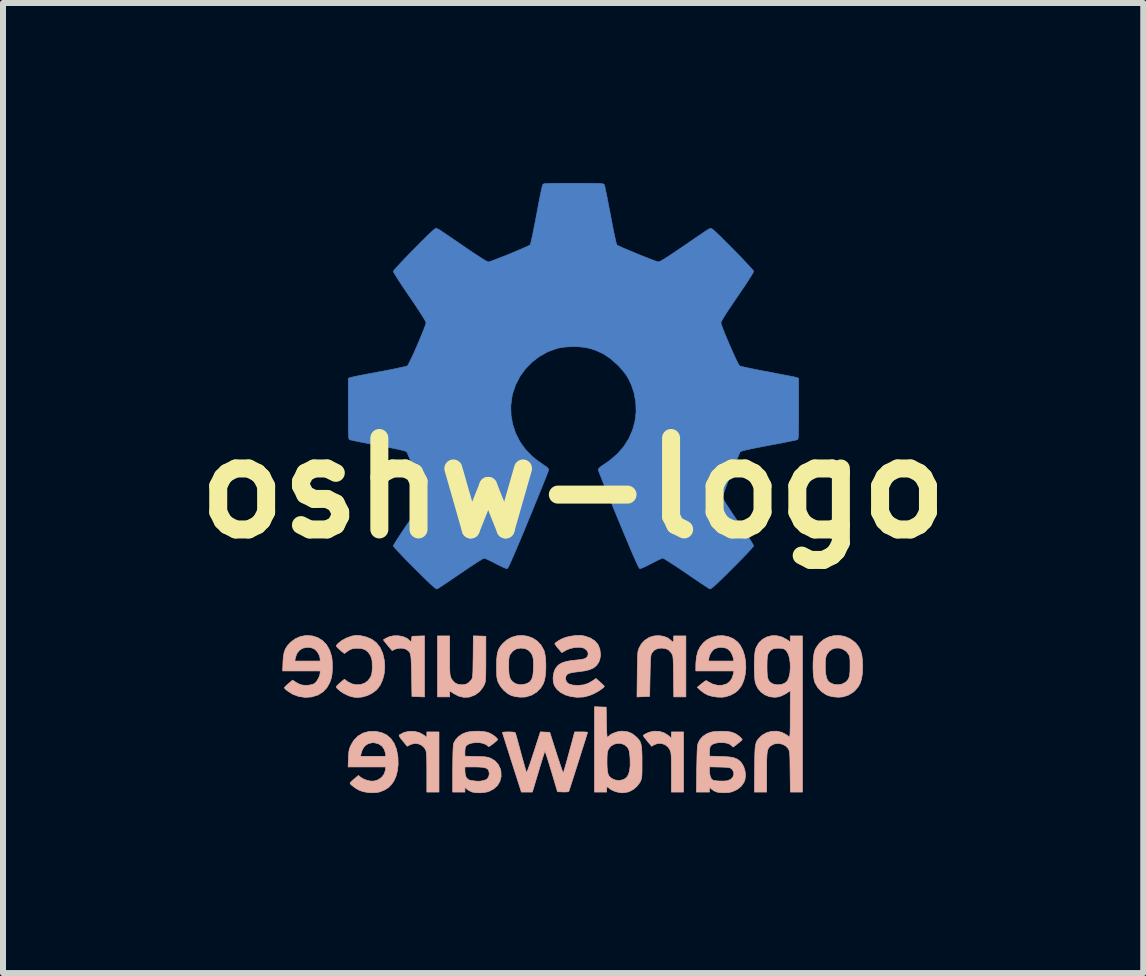
<source format=kicad_pcb>
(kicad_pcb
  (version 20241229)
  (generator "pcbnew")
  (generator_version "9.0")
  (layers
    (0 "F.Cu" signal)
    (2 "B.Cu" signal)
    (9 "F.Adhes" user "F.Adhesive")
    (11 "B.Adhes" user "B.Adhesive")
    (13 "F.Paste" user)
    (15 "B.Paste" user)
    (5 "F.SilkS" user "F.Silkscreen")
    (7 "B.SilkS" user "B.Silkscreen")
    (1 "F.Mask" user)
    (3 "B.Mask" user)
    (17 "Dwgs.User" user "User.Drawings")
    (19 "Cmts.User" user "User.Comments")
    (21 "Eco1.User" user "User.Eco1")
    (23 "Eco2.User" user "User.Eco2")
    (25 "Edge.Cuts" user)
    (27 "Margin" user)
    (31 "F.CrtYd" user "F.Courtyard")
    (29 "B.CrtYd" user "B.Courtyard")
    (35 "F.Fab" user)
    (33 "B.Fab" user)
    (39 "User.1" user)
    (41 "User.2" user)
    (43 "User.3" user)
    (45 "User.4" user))
  (footprint "oshw-logo"
    (layer "F.Cu")
    (at 6.502 5.085)
    (property "Reference" "oshw-logo" (at 0 0 0) (layer "F.SilkS") (effects (font (size 1.524 1.524) (thickness 0.3))))
    (attr through_hole)
    (fp_poly (pts (xy 0.132 -5.08) (xy 0.235 -5.08) (xy 0.318 -5.079) (xy 0.382 -5.078) (xy 0.43 -5.077) (xy 0.465 -5.075) (xy 0.489 -5.072) (xy 0.504 -5.069) (xy 0.513 -5.064) (xy 0.519 -5.058) (xy 0.52 -5.055) (xy 0.526 -5.038) (xy 0.535 -4.998) (xy 0.547 -4.939) (xy 0.563 -4.864) (xy 0.58 -4.775) (xy 0.599 -4.675) (xy 0.62 -4.568) (xy 0.623 -4.551) (xy 0.644 -4.443) (xy 0.663 -4.343) (xy 0.681 -4.253) (xy 0.698 -4.177) (xy 0.711 -4.116) (xy 0.722 -4.075) (xy 0.728 -4.055) (xy 0.729 -4.054) (xy 0.746 -4.044) (xy 0.782 -4.026) (xy 0.835 -4.002) (xy 0.901 -3.974) (xy 0.975 -3.943) (xy 1.053 -3.91) (xy 1.133 -3.878) (xy 1.21 -3.847) (xy 1.281 -3.819) (xy 1.342 -3.796) (xy 1.388 -3.779) (xy 1.417 -3.771) (xy 1.423 -3.769) (xy 1.441 -3.775) (xy 1.475 -3.793) (xy 1.526 -3.823) (xy 1.594 -3.867) (xy 1.68 -3.924) (xy 1.786 -3.995) (xy 1.847 -4.037) (xy 1.954 -4.11) (xy 2.041 -4.17) (xy 2.112 -4.218) (xy 2.167 -4.256) (xy 2.21 -4.284) (xy 2.241 -4.304) (xy 2.264 -4.317) (xy 2.28 -4.325) (xy 2.291 -4.328) (xy 2.299 -4.328) (xy 2.306 -4.326) (xy 2.309 -4.325) (xy 2.325 -4.314) (xy 2.356 -4.287) (xy 2.399 -4.247) (xy 2.453 -4.196) (xy 2.513 -4.136) (xy 2.579 -4.07) (xy 2.648 -4.001) (xy 2.717 -3.931) (xy 2.784 -3.862) (xy 2.846 -3.797) (xy 2.902 -3.737) (xy 2.949 -3.687) (xy 2.984 -3.647) (xy 3.005 -3.621) (xy 3.01 -3.612) (xy 3.003 -3.596) (xy 2.983 -3.561) (xy 2.952 -3.511) (xy 2.911 -3.447) (xy 2.862 -3.372) (xy 2.806 -3.289) (xy 2.745 -3.199) (xy 2.737 -3.187) (xy 2.655 -3.067) (xy 2.587 -2.966) (xy 2.534 -2.884) (xy 2.496 -2.822) (xy 2.472 -2.779) (xy 2.464 -2.757) (xy 2.464 -2.757) (xy 2.469 -2.734) (xy 2.483 -2.693) (xy 2.504 -2.636) (xy 2.531 -2.568) (xy 2.563 -2.492) (xy 2.597 -2.412) (xy 2.632 -2.331) (xy 2.667 -2.253) (xy 2.699 -2.182) (xy 2.728 -2.121) (xy 2.752 -2.074) (xy 2.769 -2.045) (xy 2.775 -2.037) (xy 2.794 -2.031) (xy 2.834 -2.021) (xy 2.893 -2.008) (xy 2.968 -1.992) (xy 3.056 -1.974) (xy 3.154 -1.955) (xy 3.252 -1.937) (xy 3.356 -1.917) (xy 3.454 -1.898) (xy 3.542 -1.881) (xy 3.616 -1.867) (xy 3.675 -1.855) (xy 3.714 -1.846) (xy 3.731 -1.841) (xy 3.759 -1.829) (xy 3.759 -1.322) (xy 3.759 -1.195) (xy 3.759 -1.091) (xy 3.758 -1.008) (xy 3.757 -0.943) (xy 3.756 -0.894) (xy 3.754 -0.858) (xy 3.751 -0.834) (xy 3.748 -0.819) (xy 3.743 -0.811) (xy 3.738 -0.806) (xy 3.737 -0.806) (xy 3.72 -0.802) (xy 3.68 -0.793) (xy 3.622 -0.781) (xy 3.548 -0.766) (xy 3.46 -0.749) (xy 3.362 -0.73) (xy 3.258 -0.711) (xy 3.131 -0.686) (xy 3.027 -0.666) (xy 2.945 -0.649) (xy 2.881 -0.635) (xy 2.836 -0.623) (xy 2.806 -0.614) (xy 2.789 -0.606) (xy 2.786 -0.603) (xy 2.777 -0.586) (xy 2.761 -0.549) (xy 2.737 -0.494) (xy 2.709 -0.425) (xy 2.676 -0.345) (xy 2.64 -0.257) (xy 2.628 -0.227) (xy 2.582 -0.109) (xy 2.545 -0.013) (xy 2.518 0.061) (xy 2.501 0.115) (xy 2.493 0.15) (xy 2.492 0.162) (xy 2.5 0.18) (xy 2.522 0.217) (xy 2.554 0.269) (xy 2.596 0.334) (xy 2.646 0.409) (xy 2.701 0.492) (xy 2.754 0.569) (xy 2.813 0.656) (xy 2.868 0.737) (xy 2.916 0.809) (xy 2.956 0.87) (xy 2.986 0.918) (xy 3.004 0.95) (xy 3.01 0.963) (xy 3.001 0.976) (xy 2.976 1.006) (xy 2.937 1.049) (xy 2.886 1.103) (xy 2.824 1.168) (xy 2.754 1.239) (xy 2.677 1.317) (xy 2.657 1.337) (xy 2.565 1.429) (xy 2.489 1.504) (xy 2.427 1.563) (xy 2.379 1.609) (xy 2.342 1.642) (xy 2.315 1.664) (xy 2.296 1.677) (xy 2.284 1.681) (xy 2.279 1.681) (xy 2.263 1.672) (xy 2.229 1.65) (xy 2.179 1.617) (xy 2.115 1.575) (xy 2.042 1.525) (xy 1.96 1.47) (xy 1.887 1.42) (xy 1.801 1.361) (xy 1.72 1.307) (xy 1.648 1.26) (xy 1.587 1.221) (xy 1.539 1.191) (xy 1.508 1.173) (xy 1.495 1.168) (xy 1.476 1.174) (xy 1.439 1.19) (xy 1.389 1.214) (xy 1.33 1.244) (xy 1.304 1.258) (xy 1.243 1.289) (xy 1.189 1.315) (xy 1.146 1.334) (xy 1.119 1.343) (xy 1.113 1.343) (xy 1.106 1.338) (xy 1.096 1.321) (xy 1.08 1.292) (xy 1.06 1.249) (xy 1.034 1.192) (xy 1.001 1.118) (xy 0.962 1.027) (xy 0.916 0.917) (xy 0.861 0.786) (xy 0.798 0.635) (xy 0.754 0.529) (xy 0.698 0.393) (xy 0.645 0.263) (xy 0.595 0.142) (xy 0.55 0.031) (xy 0.511 -0.068) (xy 0.477 -0.152) (xy 0.45 -0.22) (xy 0.431 -0.27) (xy 0.421 -0.299) (xy 0.419 -0.306) (xy 0.43 -0.329) (xy 0.46 -0.357) (xy 0.473 -0.366) (xy 0.509 -0.39) (xy 0.557 -0.423) (xy 0.607 -0.459) (xy 0.618 -0.467) (xy 0.742 -0.573) (xy 0.845 -0.693) (xy 0.929 -0.825) (xy 0.991 -0.967) (xy 1.032 -1.116) (xy 1.05 -1.27) (xy 1.045 -1.427) (xy 1.017 -1.584) (xy 0.972 -1.717) (xy 0.933 -1.804) (xy 0.886 -1.883) (xy 0.828 -1.959) (xy 0.753 -2.041) (xy 0.737 -2.057) (xy 0.624 -2.157) (xy 0.507 -2.236) (xy 0.379 -2.295) (xy 0.286 -2.326) (xy 0.195 -2.345) (xy 0.089 -2.356) (xy -0.023 -2.358) (xy -0.134 -2.351) (xy -0.233 -2.336) (xy -0.273 -2.326) (xy -0.423 -2.271) (xy -0.561 -2.194) (xy -0.685 -2.098) (xy -0.795 -1.986) (xy -0.886 -1.86) (xy -0.958 -1.721) (xy -1.008 -1.573) (xy -1.017 -1.531) (xy -1.038 -1.372) (xy -1.034 -1.213) (xy -1.006 -1.059) (xy -0.956 -0.91) (xy -0.885 -0.771) (xy -0.793 -0.643) (xy -0.681 -0.528) (xy -0.606 -0.467) (xy -0.556 -0.432) (xy -0.507 -0.397) (xy -0.468 -0.37) (xy -0.46 -0.366) (xy -0.425 -0.338) (xy -0.408 -0.313) (xy -0.406 -0.306) (xy -0.411 -0.291) (xy -0.425 -0.254) (xy -0.447 -0.197) (xy -0.476 -0.123) (xy -0.512 -0.033) (xy -0.554 0.07) (xy -0.601 0.185) (xy -0.652 0.31) (xy -0.706 0.443) (xy -0.742 0.529) (xy -0.81 0.695) (xy -0.87 0.838) (xy -0.922 0.961) (xy -0.965 1.063) (xy -1.002 1.148) (xy -1.032 1.215) (xy -1.055 1.267) (xy -1.074 1.304) (xy -1.087 1.329) (xy -1.097 1.341) (xy -1.101 1.343) (xy -1.12 1.339) (xy -1.156 1.324) (xy -1.206 1.301) (xy -1.264 1.272) (xy -1.291 1.258) (xy -1.352 1.226) (xy -1.406 1.2) (xy -1.449 1.18) (xy -1.477 1.17) (xy -1.483 1.168) (xy -1.499 1.175) (xy -1.533 1.195) (xy -1.583 1.226) (xy -1.646 1.267) (xy -1.72 1.315) (xy -1.801 1.37) (xy -1.875 1.42) (xy -1.961 1.479) (xy -2.042 1.534) (xy -2.114 1.583) (xy -2.175 1.623) (xy -2.223 1.654) (xy -2.254 1.674) (xy -2.266 1.681) (xy -2.275 1.68) (xy -2.29 1.673) (xy -2.312 1.656) (xy -2.343 1.63) (xy -2.384 1.592) (xy -2.438 1.541) (xy -2.504 1.476) (xy -2.587 1.394) (xy -2.644 1.337) (xy -2.722 1.259) (xy -2.794 1.186) (xy -2.858 1.119) (xy -2.912 1.062) (xy -2.955 1.016) (xy -2.983 0.983) (xy -2.997 0.965) (xy -2.997 0.963) (xy -2.99 0.948) (xy -2.97 0.914) (xy -2.939 0.865) (xy -2.898 0.802) (xy -2.85 0.729) (xy -2.795 0.647) (xy -2.741 0.569) (xy -2.681 0.481) (xy -2.626 0.399) (xy -2.577 0.325) (xy -2.537 0.262) (xy -2.506 0.211) (xy -2.486 0.177) (xy -2.479 0.162) (xy -2.482 0.14) (xy -2.493 0.099) (xy -2.513 0.039) (xy -2.544 -0.043) (xy -2.583 -0.146) (xy -2.616 -0.227) (xy -2.652 -0.317) (xy -2.686 -0.4) (xy -2.716 -0.473) (xy -2.741 -0.533) (xy -2.76 -0.576) (xy -2.771 -0.6) (xy -2.773 -0.603) (xy -2.784 -0.61) (xy -2.808 -0.619) (xy -2.846 -0.63) (xy -2.901 -0.642) (xy -2.975 -0.658) (xy -3.069 -0.677) (xy -3.186 -0.699) (xy -3.246 -0.711) (xy -3.351 -0.731) (xy -3.448 -0.749) (xy -3.536 -0.766) (xy -3.61 -0.781) (xy -3.668 -0.793) (xy -3.707 -0.802) (xy -3.724 -0.806) (xy -3.73 -0.81) (xy -3.734 -0.818) (xy -3.738 -0.832) (xy -3.741 -0.855) (xy -3.743 -0.889) (xy -3.745 -0.936) (xy -3.746 -0.999) (xy -3.746 -1.08) (xy -3.746 -1.181) (xy -3.747 -1.305) (xy -3.747 -1.829) (xy -3.718 -1.841) (xy -3.699 -1.846) (xy -3.658 -1.855) (xy -3.599 -1.868) (xy -3.523 -1.883) (xy -3.435 -1.9) (xy -3.336 -1.918) (xy -3.239 -1.937) (xy -3.134 -1.956) (xy -3.037 -1.975) (xy -2.95 -1.993) (xy -2.875 -2.009) (xy -2.818 -2.022) (xy -2.779 -2.031) (xy -2.763 -2.037) (xy -2.751 -2.053) (xy -2.732 -2.089) (xy -2.706 -2.141) (xy -2.675 -2.206) (xy -2.642 -2.28) (xy -2.607 -2.359) (xy -2.572 -2.441) (xy -2.539 -2.52) (xy -2.509 -2.593) (xy -2.483 -2.658) (xy -2.464 -2.709) (xy -2.453 -2.744) (xy -2.451 -2.757) (xy -2.459 -2.777) (xy -2.481 -2.818) (xy -2.519 -2.879) (xy -2.571 -2.96) (xy -2.637 -3.06) (xy -2.718 -3.179) (xy -2.724 -3.187) (xy -2.785 -3.278) (xy -2.842 -3.362) (xy -2.892 -3.438) (xy -2.934 -3.503) (xy -2.967 -3.556) (xy -2.988 -3.592) (xy -2.997 -3.611) (xy -2.997 -3.612) (xy -2.989 -3.626) (xy -2.964 -3.655) (xy -2.926 -3.697) (xy -2.877 -3.75) (xy -2.82 -3.811) (xy -2.756 -3.877) (xy -2.688 -3.947) (xy -2.619 -4.017) (xy -2.551 -4.086) (xy -2.486 -4.15) (xy -2.427 -4.208) (xy -2.376 -4.257) (xy -2.335 -4.294) (xy -2.307 -4.318) (xy -2.296 -4.325) (xy -2.289 -4.327) (xy -2.281 -4.328) (xy -2.271 -4.326) (xy -2.257 -4.32) (xy -2.236 -4.309) (xy -2.207 -4.291) (xy -2.168 -4.265) (xy -2.117 -4.231) (xy -2.051 -4.186) (xy -1.969 -4.13) (xy -1.868 -4.061) (xy -1.833 -4.037) (xy -1.718 -3.958) (xy -1.621 -3.893) (xy -1.544 -3.843) (xy -1.485 -3.806) (xy -1.443 -3.782) (xy -1.417 -3.771) (xy -1.41 -3.769) (xy -1.39 -3.775) (xy -1.35 -3.788) (xy -1.295 -3.809) (xy -1.228 -3.835) (xy -1.153 -3.864) (xy -1.074 -3.896) (xy -0.994 -3.929) (xy -0.918 -3.961) (xy -0.848 -3.991) (xy -0.79 -4.017) (xy -0.746 -4.037) (xy -0.72 -4.051) (xy -0.716 -4.054) (xy -0.71 -4.07) (xy -0.7 -4.108) (xy -0.687 -4.165) (xy -0.671 -4.239) (xy -0.654 -4.326) (xy -0.634 -4.425) (xy -0.614 -4.531) (xy -0.61 -4.55) (xy -0.59 -4.658) (xy -0.571 -4.759) (xy -0.553 -4.85) (xy -0.537 -4.928) (xy -0.524 -4.989) (xy -0.514 -5.032) (xy -0.508 -5.054) (xy -0.508 -5.055) (xy -0.504 -5.061) (xy -0.497 -5.067) (xy -0.485 -5.071) (xy -0.466 -5.074) (xy -0.436 -5.076) (xy -0.395 -5.078) (xy -0.339 -5.079) (xy -0.266 -5.08) (xy -0.174 -5.08) (xy -0.06 -5.08) (xy 0.006 -5.08) (xy 0.132 -5.08)) (stroke (width 0.01) (type solid)) (fill yes) (layer "B.Cu"))
    (fp_poly (pts (xy 0.132 -5.08) (xy 0.235 -5.08) (xy 0.318 -5.079) (xy 0.382 -5.078) (xy 0.43 -5.077) (xy 0.465 -5.075) (xy 0.489 -5.072) (xy 0.504 -5.069) (xy 0.513 -5.064) (xy 0.519 -5.058) (xy 0.52 -5.055) (xy 0.526 -5.038) (xy 0.535 -4.998) (xy 0.547 -4.939) (xy 0.563 -4.864) (xy 0.58 -4.775) (xy 0.599 -4.675) (xy 0.62 -4.568) (xy 0.623 -4.551) (xy 0.644 -4.443) (xy 0.663 -4.343) (xy 0.681 -4.253) (xy 0.698 -4.177) (xy 0.711 -4.116) (xy 0.722 -4.075) (xy 0.728 -4.055) (xy 0.729 -4.054) (xy 0.746 -4.044) (xy 0.782 -4.026) (xy 0.835 -4.002) (xy 0.901 -3.974) (xy 0.975 -3.943) (xy 1.053 -3.91) (xy 1.133 -3.878) (xy 1.21 -3.847) (xy 1.281 -3.819) (xy 1.342 -3.796) (xy 1.388 -3.779) (xy 1.417 -3.771) (xy 1.423 -3.769) (xy 1.441 -3.775) (xy 1.475 -3.793) (xy 1.526 -3.823) (xy 1.594 -3.867) (xy 1.68 -3.924) (xy 1.786 -3.995) (xy 1.847 -4.037) (xy 1.954 -4.11) (xy 2.041 -4.17) (xy 2.112 -4.218) (xy 2.167 -4.256) (xy 2.21 -4.284) (xy 2.241 -4.304) (xy 2.264 -4.317) (xy 2.28 -4.325) (xy 2.291 -4.328) (xy 2.299 -4.328) (xy 2.306 -4.326) (xy 2.309 -4.325) (xy 2.325 -4.314) (xy 2.356 -4.287) (xy 2.399 -4.247) (xy 2.453 -4.196) (xy 2.513 -4.136) (xy 2.579 -4.07) (xy 2.648 -4.001) (xy 2.717 -3.931) (xy 2.784 -3.862) (xy 2.846 -3.797) (xy 2.902 -3.737) (xy 2.949 -3.687) (xy 2.984 -3.647) (xy 3.005 -3.621) (xy 3.01 -3.612) (xy 3.003 -3.596) (xy 2.983 -3.561) (xy 2.952 -3.511) (xy 2.911 -3.447) (xy 2.862 -3.372) (xy 2.806 -3.289) (xy 2.745 -3.199) (xy 2.737 -3.187) (xy 2.655 -3.067) (xy 2.587 -2.966) (xy 2.534 -2.884) (xy 2.496 -2.822) (xy 2.472 -2.779) (xy 2.464 -2.757) (xy 2.464 -2.757) (xy 2.469 -2.734) (xy 2.483 -2.693) (xy 2.504 -2.636) (xy 2.531 -2.568) (xy 2.563 -2.492) (xy 2.597 -2.412) (xy 2.632 -2.331) (xy 2.667 -2.253) (xy 2.699 -2.182) (xy 2.728 -2.121) (xy 2.752 -2.074) (xy 2.769 -2.045) (xy 2.775 -2.037) (xy 2.794 -2.031) (xy 2.834 -2.021) (xy 2.893 -2.008) (xy 2.968 -1.992) (xy 3.056 -1.974) (xy 3.154 -1.955) (xy 3.252 -1.937) (xy 3.356 -1.917) (xy 3.454 -1.898) (xy 3.542 -1.881) (xy 3.616 -1.867) (xy 3.675 -1.855) (xy 3.714 -1.846) (xy 3.731 -1.841) (xy 3.759 -1.829) (xy 3.759 -1.322) (xy 3.759 -1.195) (xy 3.759 -1.091) (xy 3.758 -1.008) (xy 3.757 -0.943) (xy 3.756 -0.894) (xy 3.754 -0.858) (xy 3.751 -0.834) (xy 3.748 -0.819) (xy 3.743 -0.811) (xy 3.738 -0.806) (xy 3.737 -0.806) (xy 3.72 -0.802) (xy 3.68 -0.793) (xy 3.622 -0.781) (xy 3.548 -0.766) (xy 3.46 -0.749) (xy 3.362 -0.73) (xy 3.258 -0.711) (xy 3.131 -0.686) (xy 3.027 -0.666) (xy 2.945 -0.649) (xy 2.881 -0.635) (xy 2.836 -0.623) (xy 2.806 -0.614) (xy 2.789 -0.606) (xy 2.786 -0.603) (xy 2.777 -0.586) (xy 2.761 -0.549) (xy 2.737 -0.494) (xy 2.709 -0.425) (xy 2.676 -0.345) (xy 2.64 -0.257) (xy 2.628 -0.227) (xy 2.582 -0.109) (xy 2.545 -0.013) (xy 2.518 0.061) (xy 2.501 0.115) (xy 2.493 0.15) (xy 2.492 0.162) (xy 2.5 0.18) (xy 2.522 0.217) (xy 2.554 0.269) (xy 2.596 0.334) (xy 2.646 0.409) (xy 2.701 0.492) (xy 2.754 0.569) (xy 2.813 0.656) (xy 2.868 0.737) (xy 2.916 0.809) (xy 2.956 0.87) (xy 2.986 0.918) (xy 3.004 0.95) (xy 3.01 0.963) (xy 3.001 0.976) (xy 2.976 1.006) (xy 2.937 1.049) (xy 2.886 1.103) (xy 2.824 1.168) (xy 2.754 1.239) (xy 2.677 1.317) (xy 2.657 1.337) (xy 2.565 1.429) (xy 2.489 1.504) (xy 2.427 1.563) (xy 2.379 1.609) (xy 2.342 1.642) (xy 2.315 1.664) (xy 2.296 1.677) (xy 2.284 1.681) (xy 2.279 1.681) (xy 2.263 1.672) (xy 2.229 1.65) (xy 2.179 1.617) (xy 2.115 1.575) (xy 2.042 1.525) (xy 1.96 1.47) (xy 1.887 1.42) (xy 1.801 1.361) (xy 1.72 1.307) (xy 1.648 1.26) (xy 1.587 1.221) (xy 1.539 1.191) (xy 1.508 1.173) (xy 1.495 1.168) (xy 1.476 1.174) (xy 1.439 1.19) (xy 1.389 1.214) (xy 1.33 1.244) (xy 1.304 1.258) (xy 1.243 1.289) (xy 1.189 1.315) (xy 1.146 1.334) (xy 1.119 1.343) (xy 1.113 1.343) (xy 1.106 1.338) (xy 1.096 1.321) (xy 1.08 1.292) (xy 1.06 1.249) (xy 1.034 1.192) (xy 1.001 1.118) (xy 0.962 1.027) (xy 0.916 0.917) (xy 0.861 0.786) (xy 0.798 0.635) (xy 0.754 0.529) (xy 0.698 0.393) (xy 0.645 0.263) (xy 0.595 0.142) (xy 0.55 0.031) (xy 0.511 -0.068) (xy 0.477 -0.152) (xy 0.45 -0.22) (xy 0.431 -0.27) (xy 0.421 -0.299) (xy 0.419 -0.306) (xy 0.43 -0.329) (xy 0.46 -0.357) (xy 0.473 -0.366) (xy 0.509 -0.39) (xy 0.557 -0.423) (xy 0.607 -0.459) (xy 0.618 -0.467) (xy 0.742 -0.573) (xy 0.845 -0.693) (xy 0.929 -0.825) (xy 0.991 -0.967) (xy 1.032 -1.116) (xy 1.05 -1.27) (xy 1.045 -1.427) (xy 1.017 -1.584) (xy 0.972 -1.717) (xy 0.933 -1.804) (xy 0.886 -1.883) (xy 0.828 -1.959) (xy 0.753 -2.041) (xy 0.737 -2.057) (xy 0.624 -2.157) (xy 0.507 -2.236) (xy 0.379 -2.295) (xy 0.286 -2.326) (xy 0.195 -2.345) (xy 0.089 -2.356) (xy -0.023 -2.358) (xy -0.134 -2.351) (xy -0.233 -2.336) (xy -0.273 -2.326) (xy -0.423 -2.271) (xy -0.561 -2.194) (xy -0.685 -2.098) (xy -0.795 -1.986) (xy -0.886 -1.86) (xy -0.958 -1.721) (xy -1.008 -1.573) (xy -1.017 -1.531) (xy -1.038 -1.372) (xy -1.034 -1.213) (xy -1.006 -1.059) (xy -0.956 -0.91) (xy -0.885 -0.771) (xy -0.793 -0.643) (xy -0.681 -0.528) (xy -0.606 -0.467) (xy -0.556 -0.432) (xy -0.507 -0.397) (xy -0.468 -0.37) (xy -0.46 -0.366) (xy -0.425 -0.338) (xy -0.408 -0.313) (xy -0.406 -0.306) (xy -0.411 -0.291) (xy -0.425 -0.254) (xy -0.447 -0.197) (xy -0.476 -0.123) (xy -0.512 -0.033) (xy -0.554 0.07) (xy -0.601 0.185) (xy -0.652 0.31) (xy -0.706 0.443) (xy -0.742 0.529) (xy -0.81 0.695) (xy -0.87 0.838) (xy -0.922 0.961) (xy -0.965 1.063) (xy -1.002 1.148) (xy -1.032 1.215) (xy -1.055 1.267) (xy -1.074 1.304) (xy -1.087 1.329) (xy -1.097 1.341) (xy -1.101 1.343) (xy -1.12 1.339) (xy -1.156 1.324) (xy -1.206 1.301) (xy -1.264 1.272) (xy -1.291 1.258) (xy -1.352 1.226) (xy -1.406 1.2) (xy -1.449 1.18) (xy -1.477 1.17) (xy -1.483 1.168) (xy -1.499 1.175) (xy -1.533 1.195) (xy -1.583 1.226) (xy -1.646 1.267) (xy -1.72 1.315) (xy -1.801 1.37) (xy -1.875 1.42) (xy -1.961 1.479) (xy -2.042 1.534) (xy -2.114 1.583) (xy -2.175 1.623) (xy -2.223 1.654) (xy -2.254 1.674) (xy -2.266 1.681) (xy -2.275 1.68) (xy -2.29 1.673) (xy -2.312 1.656) (xy -2.343 1.63) (xy -2.384 1.592) (xy -2.438 1.541) (xy -2.504 1.476) (xy -2.587 1.394) (xy -2.644 1.337) (xy -2.722 1.259) (xy -2.794 1.186) (xy -2.858 1.119) (xy -2.912 1.062) (xy -2.955 1.016) (xy -2.983 0.983) (xy -2.997 0.965) (xy -2.997 0.963) (xy -2.99 0.948) (xy -2.97 0.914) (xy -2.939 0.865) (xy -2.898 0.802) (xy -2.85 0.729) (xy -2.795 0.647) (xy -2.741 0.569) (xy -2.681 0.481) (xy -2.626 0.399) (xy -2.577 0.325) (xy -2.537 0.262) (xy -2.506 0.211) (xy -2.486 0.177) (xy -2.479 0.162) (xy -2.482 0.14) (xy -2.493 0.099) (xy -2.513 0.039) (xy -2.544 -0.043) (xy -2.583 -0.146) (xy -2.616 -0.227) (xy -2.652 -0.317) (xy -2.686 -0.4) (xy -2.716 -0.473) (xy -2.741 -0.533) (xy -2.76 -0.576) (xy -2.771 -0.6) (xy -2.773 -0.603) (xy -2.784 -0.61) (xy -2.808 -0.619) (xy -2.846 -0.63) (xy -2.901 -0.642) (xy -2.975 -0.658) (xy -3.069 -0.677) (xy -3.186 -0.699) (xy -3.246 -0.711) (xy -3.351 -0.731) (xy -3.448 -0.749) (xy -3.536 -0.766) (xy -3.61 -0.781) (xy -3.668 -0.793) (xy -3.707 -0.802) (xy -3.724 -0.806) (xy -3.73 -0.81) (xy -3.734 -0.818) (xy -3.738 -0.832) (xy -3.741 -0.855) (xy -3.743 -0.889) (xy -3.745 -0.936) (xy -3.746 -0.999) (xy -3.746 -1.08) (xy -3.746 -1.181) (xy -3.747 -1.305) (xy -3.747 -1.829) (xy -3.718 -1.841) (xy -3.699 -1.846) (xy -3.658 -1.855) (xy -3.599 -1.868) (xy -3.523 -1.883) (xy -3.435 -1.9) (xy -3.336 -1.918) (xy -3.239 -1.937) (xy -3.134 -1.956) (xy -3.037 -1.975) (xy -2.95 -1.993) (xy -2.875 -2.009) (xy -2.818 -2.022) (xy -2.779 -2.031) (xy -2.763 -2.037) (xy -2.751 -2.053) (xy -2.732 -2.089) (xy -2.706 -2.141) (xy -2.675 -2.206) (xy -2.642 -2.28) (xy -2.607 -2.359) (xy -2.572 -2.441) (xy -2.539 -2.52) (xy -2.509 -2.593) (xy -2.483 -2.658) (xy -2.464 -2.709) (xy -2.453 -2.744) (xy -2.451 -2.757) (xy -2.459 -2.777) (xy -2.481 -2.818) (xy -2.519 -2.879) (xy -2.571 -2.96) (xy -2.637 -3.06) (xy -2.718 -3.179) (xy -2.724 -3.187) (xy -2.785 -3.278) (xy -2.842 -3.362) (xy -2.892 -3.438) (xy -2.934 -3.503) (xy -2.967 -3.556) (xy -2.988 -3.592) (xy -2.997 -3.611) (xy -2.997 -3.612) (xy -2.989 -3.626) (xy -2.964 -3.655) (xy -2.926 -3.697) (xy -2.877 -3.75) (xy -2.82 -3.811) (xy -2.756 -3.877) (xy -2.688 -3.947) (xy -2.619 -4.017) (xy -2.551 -4.086) (xy -2.486 -4.15) (xy -2.427 -4.208) (xy -2.376 -4.257) (xy -2.335 -4.294) (xy -2.307 -4.318) (xy -2.296 -4.325) (xy -2.289 -4.327) (xy -2.281 -4.328) (xy -2.271 -4.326) (xy -2.257 -4.32) (xy -2.236 -4.309) (xy -2.207 -4.291) (xy -2.168 -4.265) (xy -2.117 -4.231) (xy -2.051 -4.186) (xy -1.969 -4.13) (xy -1.868 -4.061) (xy -1.833 -4.037) (xy -1.718 -3.958) (xy -1.621 -3.893) (xy -1.544 -3.843) (xy -1.485 -3.806) (xy -1.443 -3.782) (xy -1.417 -3.771) (xy -1.41 -3.769) (xy -1.39 -3.775) (xy -1.35 -3.788) (xy -1.295 -3.809) (xy -1.228 -3.835) (xy -1.153 -3.864) (xy -1.074 -3.896) (xy -0.994 -3.929) (xy -0.918 -3.961) (xy -0.848 -3.991) (xy -0.79 -4.017) (xy -0.746 -4.037) (xy -0.72 -4.051) (xy -0.716 -4.054) (xy -0.71 -4.07) (xy -0.7 -4.108) (xy -0.687 -4.165) (xy -0.671 -4.239) (xy -0.654 -4.326) (xy -0.634 -4.425) (xy -0.614 -4.531) (xy -0.61 -4.55) (xy -0.59 -4.658) (xy -0.571 -4.759) (xy -0.553 -4.85) (xy -0.537 -4.928) (xy -0.524 -4.989) (xy -0.514 -5.032) (xy -0.508 -5.054) (xy -0.508 -5.055) (xy -0.504 -5.061) (xy -0.497 -5.067) (xy -0.485 -5.071) (xy -0.466 -5.074) (xy -0.436 -5.076) (xy -0.395 -5.078) (xy -0.339 -5.079) (xy -0.266 -5.08) (xy -0.174 -5.08) (xy -0.06 -5.08) (xy 0.006 -5.08) (xy 0.132 -5.08)) (stroke (width 0.01) (type solid)) (fill yes) (layer "B.Mask"))
    (fp_poly (pts (xy -2.821 4.074) (xy -2.894 4.113) (xy -2.9 4.122) (xy -2.894 4.14) (xy -2.875 4.169) (xy -2.84 4.212) (xy -2.839 4.214) (xy -2.765 4.303) (xy -2.716 4.277) (xy -2.652 4.257) (xy -2.588 4.26) (xy -2.529 4.283) (xy -2.481 4.326) (xy -2.461 4.357) (xy -2.454 4.373) (xy -2.449 4.393) (xy -2.445 4.42) (xy -2.442 4.458) (xy -2.44 4.51) (xy -2.439 4.579) (xy -2.438 4.667) (xy -2.438 4.734) (xy -2.438 5.067) (xy -2.235 5.067) (xy -2.235 4.064) (xy -2.438 4.064) (xy -2.438 4.154) (xy -2.483 4.12) (xy -2.56 4.077) (xy -2.646 4.054) (xy -2.735 4.054) (xy -2.821 4.074)) (stroke (width 0.01) (type solid)) (fill yes) (layer "B.SilkS"))
    (fp_poly (pts (xy 1.262 4.071) (xy 1.235 4.083) (xy 1.199 4.101) (xy 1.175 4.117) (xy 1.168 4.124) (xy 1.176 4.138) (xy 1.196 4.166) (xy 1.226 4.203) (xy 1.239 4.219) (xy 1.309 4.304) (xy 1.35 4.279) (xy 1.41 4.257) (xy 1.472 4.256) (xy 1.531 4.276) (xy 1.581 4.315) (xy 1.61 4.356) (xy 1.618 4.374) (xy 1.625 4.392) (xy 1.63 4.414) (xy 1.634 4.443) (xy 1.636 4.482) (xy 1.637 4.535) (xy 1.638 4.606) (xy 1.638 4.696) (xy 1.638 4.74) (xy 1.638 5.067) (xy 1.841 5.067) (xy 1.841 4.064) (xy 1.638 4.064) (xy 1.638 4.168) (xy 1.588 4.124) (xy 1.516 4.079) (xy 1.435 4.055) (xy 1.348 4.052) (xy 1.262 4.071)) (stroke (width 0.01) (type solid)) (fill yes) (layer "B.SilkS"))
    (fp_poly (pts (xy -2.989 2.461) (xy -3.065 2.478) (xy -3.121 2.504) (xy -3.162 2.529) (xy -3.138 2.563) (xy -3.115 2.592) (xy -3.084 2.63) (xy -3.064 2.653) (xy -3.015 2.709) (xy -2.975 2.688) (xy -2.924 2.672) (xy -2.866 2.668) (xy -2.811 2.676) (xy -2.777 2.691) (xy -2.755 2.706) (xy -2.738 2.721) (xy -2.724 2.738) (xy -2.714 2.761) (xy -2.707 2.793) (xy -2.701 2.837) (xy -2.698 2.896) (xy -2.695 2.973) (xy -2.693 3.07) (xy -2.692 3.124) (xy -2.686 3.473) (xy -2.581 3.477) (xy -2.477 3.481) (xy -2.477 2.463) (xy -2.686 2.47) (xy -2.692 2.52) (xy -2.697 2.55) (xy -2.704 2.559) (xy -2.714 2.551) (xy -2.716 2.549) (xy -2.767 2.505) (xy -2.834 2.476) (xy -2.91 2.461) (xy -2.989 2.461)) (stroke (width 0.01) (type solid)) (fill yes) (layer "B.SilkS"))
    (fp_poly (pts (xy -1.666 2.812) (xy -1.668 2.915) (xy -1.669 2.997) (xy -1.67 3.059) (xy -1.673 3.105) (xy -1.676 3.138) (xy -1.68 3.161) (xy -1.685 3.177) (xy -1.692 3.189) (xy -1.696 3.196) (xy -1.739 3.243) (xy -1.785 3.269) (xy -1.842 3.278) (xy -1.852 3.279) (xy -1.922 3.27) (xy -1.977 3.242) (xy -2.019 3.192) (xy -2.029 3.175) (xy -2.038 3.157) (xy -2.044 3.139) (xy -2.049 3.117) (xy -2.053 3.088) (xy -2.055 3.049) (xy -2.057 2.996) (xy -2.057 2.926) (xy -2.057 2.835) (xy -2.057 2.791) (xy -2.057 2.464) (xy -2.261 2.464) (xy -2.261 3.48) (xy -2.057 3.48) (xy -2.057 3.38) (xy -1.994 3.422) (xy -1.911 3.466) (xy -1.825 3.487) (xy -1.74 3.485) (xy -1.721 3.481) (xy -1.633 3.447) (xy -1.559 3.392) (xy -1.502 3.319) (xy -1.483 3.283) (xy -1.475 3.264) (xy -1.468 3.245) (xy -1.463 3.224) (xy -1.46 3.196) (xy -1.457 3.16) (xy -1.456 3.111) (xy -1.455 3.046) (xy -1.454 2.963) (xy -1.454 2.858) (xy -1.454 2.845) (xy -1.454 2.47) (xy -1.558 2.466) (xy -1.663 2.463) (xy -1.666 2.812)) (stroke (width 0.01) (type solid)) (fill yes) (layer "B.SilkS"))
    (fp_poly (pts (xy 1.352 2.464) (xy 1.28 2.485) (xy 1.264 2.492) (xy 1.193 2.538) (xy 1.14 2.594) (xy 1.102 2.661) (xy 1.094 2.68) (xy 1.087 2.699) (xy 1.082 2.721) (xy 1.078 2.75) (xy 1.075 2.788) (xy 1.073 2.838) (xy 1.072 2.905) (xy 1.07 2.99) (xy 1.069 3.097) (xy 1.069 3.103) (xy 1.065 3.481) (xy 1.171 3.477) (xy 1.276 3.473) (xy 1.283 3.131) (xy 1.285 3.027) (xy 1.287 2.945) (xy 1.289 2.883) (xy 1.292 2.836) (xy 1.296 2.803) (xy 1.3 2.779) (xy 1.306 2.761) (xy 1.313 2.748) (xy 1.353 2.702) (xy 1.407 2.675) (xy 1.473 2.667) (xy 1.541 2.675) (xy 1.593 2.699) (xy 1.635 2.744) (xy 1.64 2.752) (xy 1.649 2.768) (xy 1.656 2.783) (xy 1.662 2.802) (xy 1.665 2.828) (xy 1.668 2.864) (xy 1.67 2.914) (xy 1.672 2.98) (xy 1.673 3.066) (xy 1.674 3.14) (xy 1.678 3.48) (xy 1.88 3.48) (xy 1.88 2.464) (xy 1.676 2.464) (xy 1.676 2.515) (xy 1.674 2.551) (xy 1.664 2.563) (xy 1.645 2.553) (xy 1.626 2.534) (xy 1.573 2.495) (xy 1.506 2.47) (xy 1.43 2.459) (xy 1.352 2.464)) (stroke (width 0.01) (type solid)) (fill yes) (layer "B.SilkS"))
    (fp_poly (pts (xy 2.402 2.463) (xy 2.312 2.487) (xy 2.229 2.53) (xy 2.174 2.576) (xy 2.12 2.642) (xy 2.081 2.719) (xy 2.057 2.81) (xy 2.046 2.919) (xy 2.045 2.969) (xy 2.045 3.048) (xy 2.681 3.048) (xy 2.672 3.096) (xy 2.649 3.168) (xy 2.61 3.226) (xy 2.559 3.264) (xy 2.485 3.286) (xy 2.405 3.287) (xy 2.324 3.266) (xy 2.247 3.225) (xy 2.241 3.22) (xy 2.226 3.211) (xy 2.211 3.211) (xy 2.191 3.223) (xy 2.159 3.247) (xy 2.142 3.261) (xy 2.069 3.321) (xy 2.127 3.374) (xy 2.172 3.409) (xy 2.223 3.439) (xy 2.252 3.452) (xy 2.323 3.472) (xy 2.403 3.484) (xy 2.482 3.486) (xy 2.538 3.479) (xy 2.626 3.451) (xy 2.705 3.407) (xy 2.752 3.367) (xy 2.805 3.297) (xy 2.844 3.21) (xy 2.868 3.111) (xy 2.879 3.007) (xy 2.876 2.9) (xy 2.873 2.883) (xy 2.679 2.883) (xy 2.261 2.883) (xy 2.261 2.847) (xy 2.271 2.798) (xy 2.296 2.746) (xy 2.332 2.701) (xy 2.362 2.678) (xy 2.421 2.658) (xy 2.486 2.655) (xy 2.547 2.667) (xy 2.579 2.683) (xy 2.625 2.727) (xy 2.658 2.79) (xy 2.672 2.842) (xy 2.679 2.883) (xy 2.873 2.883) (xy 2.859 2.796) (xy 2.828 2.7) (xy 2.784 2.617) (xy 2.742 2.566) (xy 2.669 2.51) (xy 2.585 2.475) (xy 2.495 2.459) (xy 2.402 2.463)) (stroke (width 0.01) (type solid)) (fill yes) (layer "B.SilkS"))
    (fp_poly (pts (xy -3.41 4.058) (xy -3.504 4.085) (xy -3.585 4.133) (xy -3.653 4.202) (xy -3.697 4.274) (xy -3.716 4.314) (xy -3.728 4.348) (xy -3.736 4.385) (xy -3.741 4.431) (xy -3.744 4.493) (xy -3.744 4.504) (xy -3.75 4.648) (xy -3.121 4.648) (xy -3.128 4.701) (xy -3.149 4.766) (xy -3.19 4.82) (xy -3.247 4.861) (xy -3.315 4.883) (xy -3.371 4.884) (xy -3.435 4.871) (xy -3.497 4.847) (xy -3.541 4.82) (xy -3.578 4.789) (xy -3.646 4.847) (xy -3.681 4.877) (xy -3.706 4.901) (xy -3.718 4.914) (xy -3.718 4.915) (xy -3.712 4.93) (xy -3.689 4.954) (xy -3.653 4.981) (xy -3.612 5.01) (xy -3.569 5.034) (xy -3.557 5.04) (xy -3.493 5.061) (xy -3.417 5.074) (xy -3.338 5.078) (xy -3.264 5.073) (xy -3.219 5.063) (xy -3.138 5.03) (xy -3.074 4.988) (xy -3.022 4.933) (xy -2.991 4.889) (xy -2.954 4.81) (xy -2.928 4.714) (xy -2.916 4.607) (xy -2.919 4.494) (xy -2.921 4.472) (xy -2.921 4.47) (xy -3.121 4.47) (xy -3.543 4.47) (xy -3.535 4.429) (xy -3.51 4.354) (xy -3.47 4.297) (xy -3.416 4.26) (xy -3.35 4.244) (xy -3.312 4.245) (xy -3.242 4.263) (xy -3.186 4.301) (xy -3.147 4.355) (xy -3.128 4.418) (xy -3.121 4.47) (xy -2.921 4.47) (xy -2.943 4.355) (xy -2.982 4.256) (xy -3.037 4.176) (xy -3.108 4.115) (xy -3.192 4.075) (xy -3.291 4.055) (xy -3.304 4.054) (xy -3.41 4.058)) (stroke (width 0.01) (type solid)) (fill yes) (layer "B.SilkS"))
    (fp_poly (pts (xy -4.543 2.473) (xy -4.634 2.514) (xy -4.71 2.571) (xy -4.758 2.623) (xy -4.793 2.676) (xy -4.816 2.738) (xy -4.83 2.813) (xy -4.836 2.905) (xy -4.841 3.048) (xy -4.216 3.048) (xy -4.216 3.083) (xy -4.225 3.127) (xy -4.247 3.177) (xy -4.277 3.224) (xy -4.308 3.256) (xy -4.348 3.274) (xy -4.403 3.285) (xy -4.463 3.288) (xy -4.518 3.282) (xy -4.538 3.277) (xy -4.579 3.26) (xy -4.622 3.236) (xy -4.629 3.231) (xy -4.675 3.2) (xy -4.744 3.259) (xy -4.778 3.289) (xy -4.803 3.314) (xy -4.813 3.328) (xy -4.813 3.328) (xy -4.804 3.342) (xy -4.782 3.364) (xy -4.768 3.375) (xy -4.676 3.435) (xy -4.574 3.473) (xy -4.465 3.489) (xy -4.356 3.481) (xy -4.35 3.479) (xy -4.251 3.448) (xy -4.169 3.396) (xy -4.102 3.325) (xy -4.053 3.236) (xy -4.027 3.157) (xy -4.018 3.103) (xy -4.013 3.033) (xy -4.012 2.957) (xy -4.015 2.884) (xy -4.019 2.847) (xy -4.216 2.847) (xy -4.216 2.883) (xy -4.638 2.883) (xy -4.63 2.835) (xy -4.606 2.762) (xy -4.565 2.707) (xy -4.509 2.67) (xy -4.441 2.655) (xy -4.427 2.654) (xy -4.369 2.66) (xy -4.32 2.677) (xy -4.318 2.678) (xy -4.279 2.71) (xy -4.245 2.757) (xy -4.223 2.809) (xy -4.216 2.847) (xy -4.019 2.847) (xy -4.021 2.823) (xy -4.024 2.807) (xy -4.059 2.699) (xy -4.11 2.61) (xy -4.177 2.541) (xy -4.259 2.491) (xy -4.346 2.464) (xy -4.446 2.456) (xy -4.543 2.473)) (stroke (width 0.01) (type solid)) (fill yes) (layer "B.SilkS"))
    (fp_poly (pts (xy -3.627 2.456) (xy -3.675 2.464) (xy -3.696 2.469) (xy -3.778 2.499) (xy -3.856 2.541) (xy -3.918 2.591) (xy -3.924 2.597) (xy -3.943 2.619) (xy -3.946 2.634) (xy -3.933 2.651) (xy -3.93 2.656) (xy -3.904 2.68) (xy -3.87 2.71) (xy -3.859 2.72) (xy -3.812 2.757) (xy -3.753 2.715) (xy -3.715 2.691) (xy -3.678 2.678) (xy -3.632 2.671) (xy -3.609 2.67) (xy -3.528 2.673) (xy -3.464 2.695) (xy -3.413 2.737) (xy -3.379 2.788) (xy -3.364 2.823) (xy -3.354 2.857) (xy -3.349 2.898) (xy -3.348 2.954) (xy -3.347 2.972) (xy -3.348 3.034) (xy -3.353 3.079) (xy -3.361 3.115) (xy -3.375 3.149) (xy -3.377 3.153) (xy -3.418 3.21) (xy -3.474 3.251) (xy -3.541 3.274) (xy -3.613 3.278) (xy -3.686 3.263) (xy -3.755 3.228) (xy -3.765 3.221) (xy -3.811 3.186) (xy -3.858 3.224) (xy -3.892 3.253) (xy -3.922 3.28) (xy -3.929 3.288) (xy -3.946 3.308) (xy -3.945 3.323) (xy -3.929 3.342) (xy -3.879 3.386) (xy -3.813 3.428) (xy -3.742 3.461) (xy -3.718 3.469) (xy -3.661 3.484) (xy -3.609 3.49) (xy -3.553 3.487) (xy -3.504 3.48) (xy -3.427 3.457) (xy -3.35 3.418) (xy -3.282 3.369) (xy -3.269 3.356) (xy -3.215 3.284) (xy -3.174 3.194) (xy -3.148 3.091) (xy -3.139 2.98) (xy -3.147 2.869) (xy -3.173 2.754) (xy -3.216 2.658) (xy -3.277 2.58) (xy -3.354 2.521) (xy -3.45 2.481) (xy -3.527 2.463) (xy -3.582 2.455) (xy -3.627 2.456)) (stroke (width 0.01) (type solid)) (fill yes) (layer "B.SilkS"))
    (fp_poly (pts (xy 4.343 2.46) (xy 4.256 2.483) (xy 4.175 2.525) (xy 4.105 2.585) (xy 4.05 2.661) (xy 4.031 2.701) (xy 4.016 2.752) (xy 4.006 2.822) (xy 4 2.904) (xy 3.999 2.991) (xy 4.002 3.077) (xy 4.01 3.155) (xy 4.022 3.217) (xy 4.031 3.244) (xy 4.077 3.324) (xy 4.14 3.392) (xy 4.215 3.443) (xy 4.267 3.464) (xy 4.343 3.48) (xy 4.425 3.486) (xy 4.497 3.48) (xy 4.588 3.451) (xy 4.672 3.399) (xy 4.703 3.37) (xy 4.75 3.315) (xy 4.785 3.253) (xy 4.808 3.179) (xy 4.822 3.089) (xy 4.826 2.98) (xy 4.826 2.972) (xy 4.616 2.972) (xy 4.615 3.054) (xy 4.609 3.115) (xy 4.598 3.161) (xy 4.579 3.197) (xy 4.552 3.226) (xy 4.532 3.242) (xy 4.476 3.269) (xy 4.41 3.278) (xy 4.343 3.27) (xy 4.282 3.243) (xy 4.282 3.243) (xy 4.25 3.213) (xy 4.227 3.17) (xy 4.213 3.11) (xy 4.205 3.031) (xy 4.204 2.971) (xy 4.204 2.905) (xy 4.207 2.857) (xy 4.212 2.822) (xy 4.221 2.794) (xy 4.232 2.769) (xy 4.272 2.716) (xy 4.324 2.682) (xy 4.384 2.666) (xy 4.446 2.668) (xy 4.506 2.689) (xy 4.559 2.728) (xy 4.59 2.769) (xy 4.602 2.791) (xy 4.609 2.816) (xy 4.614 2.85) (xy 4.616 2.897) (xy 4.616 2.964) (xy 4.616 2.972) (xy 4.826 2.972) (xy 4.822 2.863) (xy 4.811 2.775) (xy 4.79 2.702) (xy 4.757 2.641) (xy 4.713 2.586) (xy 4.693 2.567) (xy 4.613 2.509) (xy 4.526 2.472) (xy 4.435 2.456) (xy 4.343 2.46)) (stroke (width 0.01) (type solid)) (fill yes) (layer "B.SilkS"))
    (fp_poly (pts (xy -0.938 2.462) (xy -1.026 2.487) (xy -1.108 2.533) (xy -1.173 2.592) (xy -1.21 2.636) (xy -1.237 2.68) (xy -1.255 2.729) (xy -1.267 2.787) (xy -1.274 2.859) (xy -1.276 2.951) (xy -1.276 2.978) (xy -1.275 3.055) (xy -1.274 3.112) (xy -1.27 3.155) (xy -1.264 3.189) (xy -1.255 3.22) (xy -1.247 3.24) (xy -1.209 3.307) (xy -1.155 3.371) (xy -1.09 3.425) (xy -1.038 3.454) (xy -0.967 3.475) (xy -0.886 3.485) (xy -0.805 3.483) (xy -0.785 3.48) (xy -0.691 3.451) (xy -0.608 3.401) (xy -0.54 3.333) (xy -0.494 3.256) (xy -0.475 3.198) (xy -0.462 3.122) (xy -0.455 3.034) (xy -0.454 2.971) (xy -0.661 2.971) (xy -0.664 3.064) (xy -0.673 3.135) (xy -0.691 3.188) (xy -0.718 3.226) (xy -0.757 3.252) (xy -0.809 3.27) (xy -0.81 3.27) (xy -0.884 3.278) (xy -0.951 3.263) (xy -0.99 3.241) (xy -1.022 3.213) (xy -1.045 3.181) (xy -1.06 3.142) (xy -1.069 3.089) (xy -1.073 3.018) (xy -1.073 2.972) (xy -1.073 2.903) (xy -1.071 2.854) (xy -1.066 2.819) (xy -1.059 2.793) (xy -1.048 2.771) (xy -1.047 2.769) (xy -1.001 2.713) (xy -0.943 2.679) (xy -0.873 2.667) (xy -0.871 2.667) (xy -0.798 2.676) (xy -0.74 2.705) (xy -0.697 2.754) (xy -0.689 2.769) (xy -0.676 2.797) (xy -0.668 2.826) (xy -0.663 2.862) (xy -0.661 2.911) (xy -0.661 2.971) (xy -0.454 2.971) (xy -0.454 2.943) (xy -0.458 2.853) (xy -0.468 2.773) (xy -0.484 2.709) (xy -0.489 2.697) (xy -0.536 2.615) (xy -0.599 2.549) (xy -0.674 2.5) (xy -0.759 2.469) (xy -0.848 2.456) (xy -0.938 2.462)) (stroke (width 0.01) (type solid)) (fill yes) (layer "B.SilkS"))
    (fp_poly (pts (xy 0.356 5.067) (xy 0.559 5.067) (xy 0.559 5.023) (xy 0.562 4.99) (xy 0.573 4.98) (xy 0.594 4.994) (xy 0.603 5.004) (xy 0.636 5.028) (xy 0.686 5.051) (xy 0.743 5.068) (xy 0.799 5.078) (xy 0.823 5.079) (xy 0.873 5.074) (xy 0.924 5.063) (xy 0.935 5.059) (xy 1.002 5.024) (xy 1.064 4.971) (xy 1.112 4.908) (xy 1.12 4.893) (xy 1.13 4.871) (xy 1.137 4.85) (xy 1.142 4.825) (xy 1.146 4.793) (xy 1.148 4.749) (xy 1.149 4.689) (xy 1.149 4.627) (xy 0.951 4.627) (xy 0.941 4.712) (xy 0.922 4.777) (xy 0.891 4.824) (xy 0.849 4.854) (xy 0.836 4.86) (xy 0.769 4.874) (xy 0.707 4.867) (xy 0.666 4.851) (xy 0.629 4.829) (xy 0.602 4.803) (xy 0.584 4.768) (xy 0.573 4.72) (xy 0.567 4.655) (xy 0.565 4.569) (xy 0.565 4.566) (xy 0.566 4.495) (xy 0.568 4.443) (xy 0.572 4.406) (xy 0.579 4.378) (xy 0.59 4.353) (xy 0.591 4.35) (xy 0.629 4.301) (xy 0.68 4.27) (xy 0.738 4.255) (xy 0.798 4.257) (xy 0.854 4.277) (xy 0.9 4.314) (xy 0.922 4.346) (xy 0.936 4.386) (xy 0.945 4.447) (xy 0.95 4.519) (xy 0.951 4.627) (xy 1.149 4.627) (xy 1.149 4.609) (xy 1.149 4.572) (xy 1.149 4.468) (xy 1.146 4.386) (xy 1.141 4.322) (xy 1.132 4.271) (xy 1.119 4.231) (xy 1.1 4.198) (xy 1.074 4.168) (xy 1.042 4.137) (xy 0.978 4.089) (xy 0.91 4.062) (xy 0.83 4.052) (xy 0.811 4.051) (xy 0.756 4.058) (xy 0.697 4.075) (xy 0.643 4.098) (xy 0.604 4.126) (xy 0.599 4.132) (xy 0.58 4.149) (xy 0.57 4.153) (xy 0.567 4.141) (xy 0.563 4.107) (xy 0.56 4.056) (xy 0.558 3.991) (xy 0.556 3.915) (xy 0.556 3.902) (xy 0.552 3.651) (xy 0.454 3.648) (xy 0.356 3.644) (xy 0.356 5.067)) (stroke (width 0.01) (type solid)) (fill yes) (layer "B.SilkS"))
    (fp_poly (pts (xy 0.022 2.46) (xy -0.05 2.471) (xy -0.117 2.486) (xy -0.163 2.503) (xy -0.212 2.526) (xy -0.255 2.551) (xy -0.287 2.574) (xy -0.304 2.592) (xy -0.305 2.595) (xy -0.297 2.609) (xy -0.277 2.637) (xy -0.248 2.672) (xy -0.247 2.674) (xy -0.188 2.742) (xy -0.118 2.702) (xy -0.055 2.676) (xy 0.016 2.659) (xy 0.087 2.653) (xy 0.15 2.659) (xy 0.189 2.672) (xy 0.228 2.703) (xy 0.249 2.742) (xy 0.25 2.782) (xy 0.231 2.818) (xy 0.204 2.838) (xy 0.173 2.849) (xy 0.126 2.858) (xy 0.074 2.864) (xy 0.074 2.864) (xy -0.032 2.875) (xy -0.115 2.89) (xy -0.18 2.911) (xy -0.231 2.938) (xy -0.27 2.975) (xy -0.3 3.021) (xy -0.303 3.026) (xy -0.325 3.091) (xy -0.334 3.165) (xy -0.329 3.237) (xy -0.311 3.293) (xy -0.268 3.356) (xy -0.205 3.408) (xy -0.126 3.449) (xy -0.036 3.475) (xy 0.063 3.487) (xy 0.165 3.483) (xy 0.191 3.479) (xy 0.24 3.466) (xy 0.298 3.447) (xy 0.341 3.429) (xy 0.387 3.405) (xy 0.434 3.377) (xy 0.475 3.349) (xy 0.506 3.324) (xy 0.52 3.307) (xy 0.521 3.304) (xy 0.512 3.292) (xy 0.488 3.269) (xy 0.455 3.238) (xy 0.451 3.235) (xy 0.381 3.174) (xy 0.324 3.213) (xy 0.247 3.257) (xy 0.168 3.281) (xy 0.078 3.289) (xy 0.074 3.289) (xy -0.008 3.283) (xy -0.068 3.265) (xy -0.107 3.235) (xy -0.124 3.192) (xy -0.125 3.16) (xy -0.117 3.129) (xy -0.099 3.105) (xy -0.067 3.088) (xy -0.018 3.075) (xy 0.052 3.065) (xy 0.088 3.061) (xy 0.192 3.047) (xy 0.274 3.027) (xy 0.337 2.999) (xy 0.385 2.962) (xy 0.421 2.913) (xy 0.433 2.889) (xy 0.448 2.844) (xy 0.456 2.792) (xy 0.457 2.776) (xy 0.447 2.686) (xy 0.416 2.609) (xy 0.364 2.548) (xy 0.292 2.501) (xy 0.199 2.468) (xy 0.144 2.457) (xy 0.09 2.455) (xy 0.022 2.46)) (stroke (width 0.01) (type solid)) (fill yes) (layer "B.SilkS"))
    (fp_poly (pts (xy 2.438 4.054) (xy 2.372 4.057) (xy 2.323 4.063) (xy 2.285 4.072) (xy 2.249 4.086) (xy 2.23 4.094) (xy 2.16 4.14) (xy 2.11 4.198) (xy 2.082 4.255) (xy 2.077 4.278) (xy 2.072 4.318) (xy 2.068 4.376) (xy 2.065 4.454) (xy 2.063 4.554) (xy 2.06 4.677) (xy 2.06 4.683) (xy 2.055 5.067) (xy 2.273 5.067) (xy 2.273 4.989) (xy 2.312 5.021) (xy 2.351 5.047) (xy 2.395 5.066) (xy 2.398 5.067) (xy 2.457 5.076) (xy 2.528 5.078) (xy 2.599 5.073) (xy 2.65 5.062) (xy 2.732 5.025) (xy 2.799 4.973) (xy 2.846 4.908) (xy 2.863 4.867) (xy 2.874 4.797) (xy 2.872 4.769) (xy 2.679 4.769) (xy 2.665 4.812) (xy 2.634 4.849) (xy 2.587 4.873) (xy 2.571 4.878) (xy 2.532 4.882) (xy 2.48 4.883) (xy 2.424 4.882) (xy 2.373 4.877) (xy 2.337 4.871) (xy 2.331 4.869) (xy 2.304 4.846) (xy 2.285 4.803) (xy 2.274 4.747) (xy 2.273 4.718) (xy 2.273 4.646) (xy 2.444 4.65) (xy 2.513 4.652) (xy 2.562 4.655) (xy 2.595 4.659) (xy 2.617 4.665) (xy 2.634 4.674) (xy 2.647 4.685) (xy 2.674 4.725) (xy 2.679 4.769) (xy 2.872 4.769) (xy 2.867 4.72) (xy 2.845 4.646) (xy 2.809 4.583) (xy 2.786 4.557) (xy 2.752 4.528) (xy 2.716 4.508) (xy 2.673 4.493) (xy 2.618 4.483) (xy 2.548 4.477) (xy 2.461 4.473) (xy 2.273 4.468) (xy 2.273 4.398) (xy 2.276 4.354) (xy 2.282 4.317) (xy 2.287 4.303) (xy 2.315 4.275) (xy 2.363 4.254) (xy 2.424 4.243) (xy 2.455 4.242) (xy 2.526 4.245) (xy 2.578 4.255) (xy 2.617 4.273) (xy 2.635 4.288) (xy 2.668 4.317) (xy 2.744 4.259) (xy 2.78 4.229) (xy 2.807 4.205) (xy 2.819 4.191) (xy 2.819 4.19) (xy 2.811 4.177) (xy 2.788 4.154) (xy 2.766 4.134) (xy 2.712 4.097) (xy 2.652 4.071) (xy 2.58 4.057) (xy 2.491 4.053) (xy 2.438 4.054)) (stroke (width 0.01) (type solid)) (fill yes) (layer "B.SilkS"))
    (fp_poly (pts (xy -1.661 4.054) (xy -1.741 4.063) (xy -1.783 4.073) (xy -1.851 4.101) (xy -1.912 4.144) (xy -1.96 4.197) (xy -1.99 4.253) (xy -1.993 4.261) (xy -1.997 4.29) (xy -2 4.343) (xy -2.003 4.416) (xy -2.005 4.509) (xy -2.006 4.619) (xy -2.007 4.689) (xy -2.007 5.067) (xy -1.803 5.067) (xy -1.803 4.989) (xy -1.765 5.021) (xy -1.726 5.047) (xy -1.682 5.066) (xy -1.679 5.067) (xy -1.617 5.077) (xy -1.543 5.079) (xy -1.469 5.072) (xy -1.407 5.058) (xy -1.406 5.057) (xy -1.326 5.016) (xy -1.263 4.96) (xy -1.221 4.891) (xy -1.2 4.812) (xy -1.201 4.766) (xy -1.397 4.766) (xy -1.408 4.815) (xy -1.437 4.852) (xy -1.476 4.87) (xy -1.511 4.878) (xy -1.53 4.882) (xy -1.567 4.886) (xy -1.617 4.884) (xy -1.669 4.878) (xy -1.716 4.87) (xy -1.747 4.858) (xy -1.749 4.857) (xy -1.78 4.826) (xy -1.797 4.781) (xy -1.803 4.716) (xy -1.803 4.711) (xy -1.803 4.648) (xy -1.644 4.648) (xy -1.557 4.65) (xy -1.493 4.656) (xy -1.448 4.668) (xy -1.419 4.688) (xy -1.404 4.717) (xy -1.398 4.755) (xy -1.397 4.766) (xy -1.201 4.766) (xy -1.202 4.727) (xy -1.211 4.684) (xy -1.246 4.609) (xy -1.301 4.547) (xy -1.372 4.504) (xy -1.399 4.493) (xy -1.43 4.485) (xy -1.469 4.479) (xy -1.523 4.476) (xy -1.595 4.473) (xy -1.616 4.473) (xy -1.803 4.468) (xy -1.803 4.394) (xy -1.8 4.34) (xy -1.788 4.305) (xy -1.781 4.295) (xy -1.742 4.267) (xy -1.687 4.25) (xy -1.623 4.242) (xy -1.556 4.244) (xy -1.495 4.256) (xy -1.446 4.278) (xy -1.424 4.297) (xy -1.414 4.306) (xy -1.4 4.306) (xy -1.378 4.294) (xy -1.343 4.268) (xy -1.332 4.26) (xy -1.296 4.231) (xy -1.269 4.207) (xy -1.258 4.193) (xy -1.257 4.192) (xy -1.268 4.172) (xy -1.295 4.146) (xy -1.333 4.118) (xy -1.374 4.093) (xy -1.415 4.074) (xy -1.424 4.071) (xy -1.492 4.058) (xy -1.574 4.052) (xy -1.661 4.054)) (stroke (width 0.01) (type solid)) (fill yes) (layer "B.SilkS"))
    (fp_poly (pts (xy -0.656 4.406) (xy -0.685 4.494) (xy -0.711 4.573) (xy -0.735 4.64) (xy -0.754 4.692) (xy -0.768 4.727) (xy -0.775 4.74) (xy -0.776 4.74) (xy -0.781 4.726) (xy -0.792 4.69) (xy -0.808 4.637) (xy -0.827 4.569) (xy -0.849 4.49) (xy -0.87 4.413) (xy -0.893 4.327) (xy -0.915 4.248) (xy -0.933 4.181) (xy -0.948 4.128) (xy -0.958 4.093) (xy -0.962 4.08) (xy -0.976 4.071) (xy -1.012 4.066) (xy -1.071 4.064) (xy -1.076 4.064) (xy -1.131 4.065) (xy -1.163 4.068) (xy -1.177 4.074) (xy -1.178 4.08) (xy -1.172 4.097) (xy -1.16 4.133) (xy -1.143 4.186) (xy -1.123 4.251) (xy -1.1 4.324) (xy -1.099 4.324) (xy -1.071 4.413) (xy -1.038 4.518) (xy -1.003 4.627) (xy -0.969 4.734) (xy -0.944 4.81) (xy -0.862 5.067) (xy -0.679 5.067) (xy -0.578 4.73) (xy -0.552 4.642) (xy -0.527 4.562) (xy -0.506 4.493) (xy -0.488 4.439) (xy -0.476 4.403) (xy -0.47 4.388) (xy -0.47 4.388) (xy -0.464 4.398) (xy -0.452 4.43) (xy -0.436 4.48) (xy -0.415 4.545) (xy -0.391 4.623) (xy -0.365 4.709) (xy -0.361 4.722) (xy -0.26 5.061) (xy -0.168 5.065) (xy -0.115 5.065) (xy -0.083 5.061) (xy -0.07 5.053) (xy -0.07 5.052) (xy -0.063 5.032) (xy -0.05 4.992) (xy -0.032 4.935) (xy -0.009 4.864) (xy 0.017 4.783) (xy 0.045 4.694) (xy 0.075 4.6) (xy 0.105 4.506) (xy 0.134 4.413) (xy 0.162 4.325) (xy 0.187 4.246) (xy 0.209 4.177) (xy 0.225 4.124) (xy 0.237 4.087) (xy 0.241 4.072) (xy 0.241 4.071) (xy 0.23 4.068) (xy 0.198 4.065) (xy 0.153 4.064) (xy 0.134 4.064) (xy 0.027 4.064) (xy 0.015 4.105) (xy 0.009 4.129) (xy -0.003 4.173) (xy -0.019 4.234) (xy -0.039 4.307) (xy -0.062 4.39) (xy -0.077 4.448) (xy -0.1 4.531) (xy -0.121 4.606) (xy -0.139 4.668) (xy -0.153 4.715) (xy -0.162 4.743) (xy -0.165 4.749) (xy -0.17 4.738) (xy -0.182 4.705) (xy -0.2 4.654) (xy -0.222 4.588) (xy -0.248 4.51) (xy -0.276 4.424) (xy -0.28 4.41) (xy -0.389 4.07) (xy -0.467 4.067) (xy -0.545 4.063) (xy -0.656 4.406)) (stroke (width 0.01) (type solid)) (fill yes) (layer "B.SilkS"))
    (fp_poly (pts (xy 3.307 2.461) (xy 3.227 2.482) (xy 3.156 2.522) (xy 3.097 2.578) (xy 3.054 2.651) (xy 3.04 2.689) (xy 3.031 2.735) (xy 3.025 2.801) (xy 3.021 2.879) (xy 3.02 2.964) (xy 3.021 3.05) (xy 3.024 3.13) (xy 3.03 3.198) (xy 3.038 3.248) (xy 3.04 3.254) (xy 3.076 3.333) (xy 3.13 3.398) (xy 3.198 3.447) (xy 3.277 3.478) (xy 3.363 3.487) (xy 3.426 3.479) (xy 3.471 3.464) (xy 3.522 3.44) (xy 3.553 3.422) (xy 3.62 3.378) (xy 3.619 3.766) (xy 3.619 3.879) (xy 3.619 3.969) (xy 3.617 4.038) (xy 3.616 4.088) (xy 3.613 4.121) (xy 3.61 4.14) (xy 3.605 4.145) (xy 3.604 4.145) (xy 3.583 4.132) (xy 3.554 4.111) (xy 3.55 4.108) (xy 3.477 4.07) (xy 3.395 4.052) (xy 3.311 4.054) (xy 3.229 4.075) (xy 3.157 4.115) (xy 3.126 4.141) (xy 3.1 4.168) (xy 3.08 4.191) (xy 3.063 4.215) (xy 3.051 4.243) (xy 3.042 4.278) (xy 3.035 4.322) (xy 3.031 4.379) (xy 3.028 4.451) (xy 3.027 4.543) (xy 3.025 4.656) (xy 3.025 4.677) (xy 3.022 5.067) (xy 3.226 5.067) (xy 3.226 4.734) (xy 3.226 4.624) (xy 3.227 4.536) (xy 3.23 4.467) (xy 3.234 4.415) (xy 3.241 4.375) (xy 3.251 4.346) (xy 3.265 4.324) (xy 3.283 4.305) (xy 3.304 4.289) (xy 3.359 4.263) (xy 3.422 4.256) (xy 3.485 4.268) (xy 3.541 4.296) (xy 3.584 4.34) (xy 3.585 4.342) (xy 3.593 4.357) (xy 3.6 4.373) (xy 3.605 4.392) (xy 3.609 4.42) (xy 3.612 4.458) (xy 3.614 4.509) (xy 3.615 4.578) (xy 3.616 4.667) (xy 3.617 4.728) (xy 3.621 5.067) (xy 3.823 5.067) (xy 3.823 2.998) (xy 3.62 2.998) (xy 3.614 3.079) (xy 3.598 3.151) (xy 3.573 3.209) (xy 3.561 3.226) (xy 3.519 3.257) (xy 3.463 3.275) (xy 3.401 3.279) (xy 3.341 3.268) (xy 3.307 3.251) (xy 3.279 3.23) (xy 3.259 3.204) (xy 3.245 3.17) (xy 3.237 3.122) (xy 3.233 3.056) (xy 3.232 2.978) (xy 3.233 2.902) (xy 3.235 2.847) (xy 3.239 2.807) (xy 3.245 2.778) (xy 3.255 2.754) (xy 3.288 2.708) (xy 3.334 2.68) (xy 3.396 2.669) (xy 3.442 2.669) (xy 3.488 2.674) (xy 3.517 2.682) (xy 3.54 2.698) (xy 3.558 2.718) (xy 3.587 2.768) (xy 3.607 2.836) (xy 3.618 2.915) (xy 3.62 2.998) (xy 3.823 2.998) (xy 3.823 2.464) (xy 3.619 2.464) (xy 3.619 2.514) (xy 3.62 2.564) (xy 3.556 2.521) (xy 3.475 2.48) (xy 3.39 2.46) (xy 3.307 2.461)) (stroke (width 0.01) (type solid)) (fill yes) (layer "B.SilkS")))
  (gr_rect
    (start -3 -3)
    (end 16.005 13.169)
    (stroke (width 0.1) (type default))
    (fill no)
    (layer "Edge.Cuts")))
</source>
